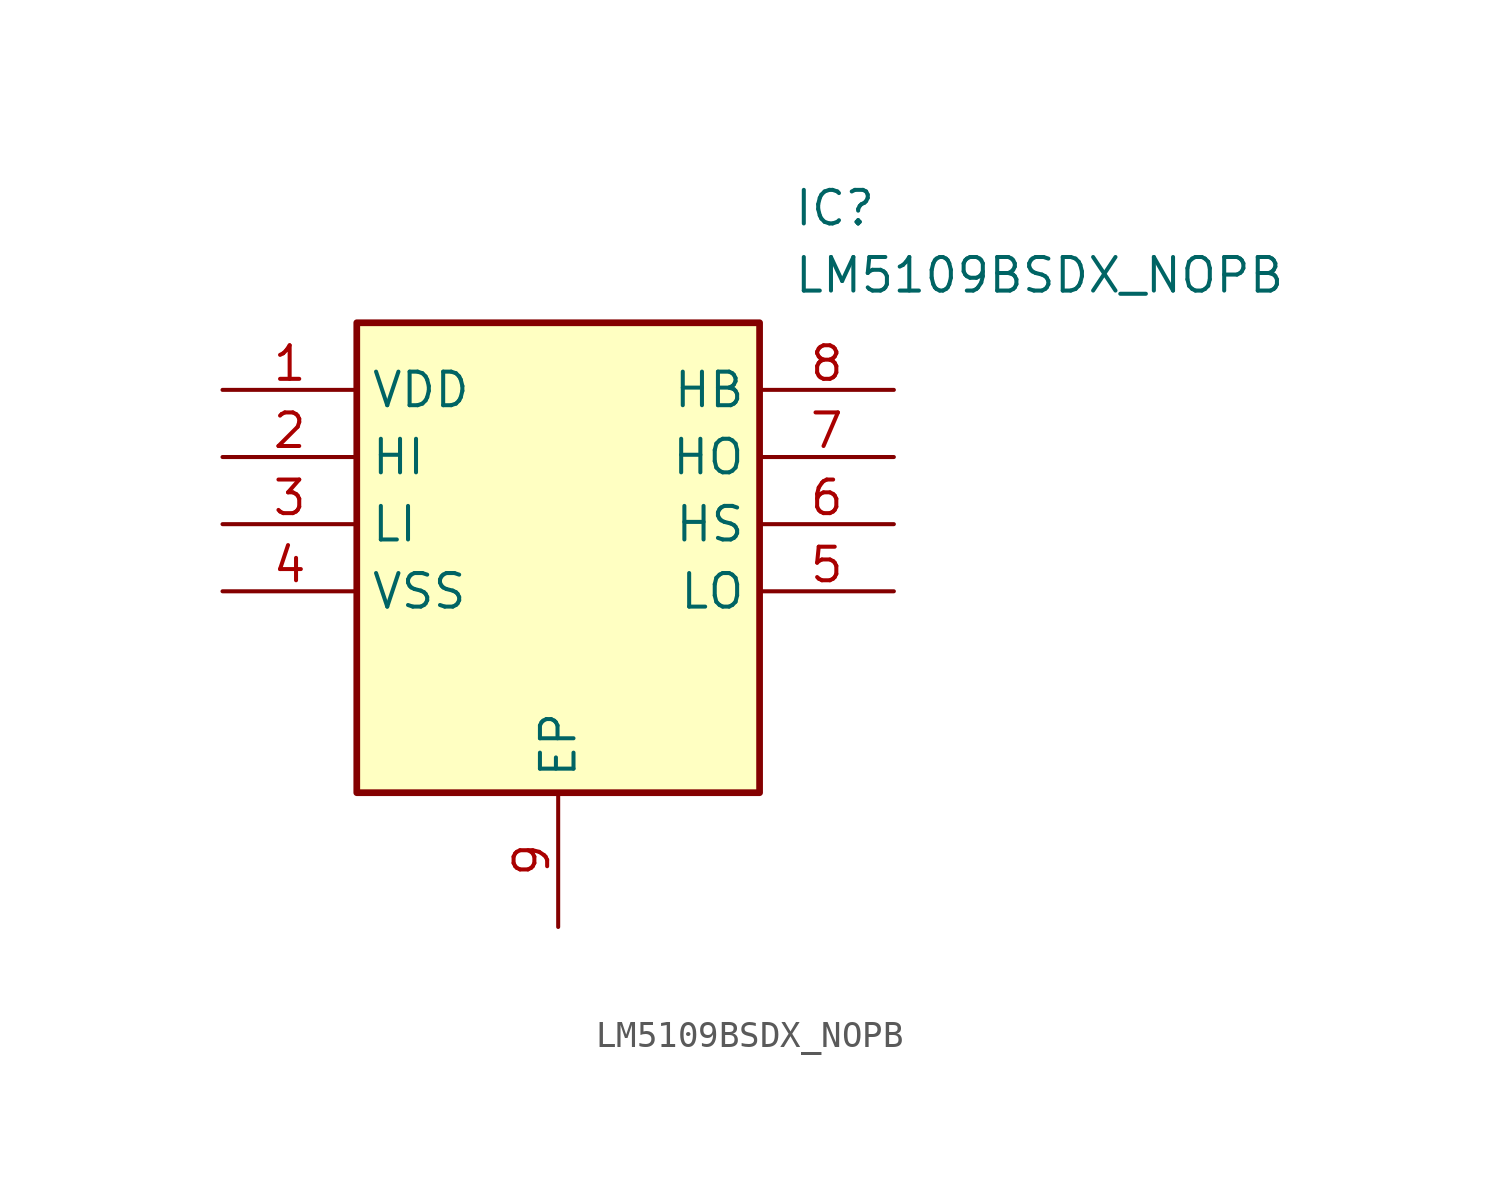
<source format=kicad_sym>
(kicad_symbol_lib
  (version 20211014)
  (generator SamacSys_ECAD_Model)
  (symbol "LM5109BSDX_NOPB"
    (property "Reference" "IC"
      (at 21.59 7.62 0)
      (effects (font (size 1.27 1.27)) (justify left top)))
    (property "Value" "LM5109BSDX_NOPB"
      (at 21.59 5.08 0)
      (effects (font (size 1.27 1.27)) (justify left top)))
    (rectangle
      (start 5.08 2.54)
      (end 20.32 -15.24)
      (stroke (width 0.254) (type default))
      (fill (type background)))
    (pin passive line
      (at 0 0 0)
      (length 5.08)
      (name "VDD" (effects (font (size 1.27 1.27))))
      (number "1" (effects (font (size 1.27 1.27)))))
    (pin passive line
      (at 0 -2.54 0)
      (length 5.08)
      (name "HI" (effects (font (size 1.27 1.27))))
      (number "2" (effects (font (size 1.27 1.27)))))
    (pin passive line
      (at 0 -5.08 0)
      (length 5.08)
      (name "LI" (effects (font (size 1.27 1.27))))
      (number "3" (effects (font (size 1.27 1.27)))))
    (pin passive line
      (at 0 -7.62 0)
      (length 5.08)
      (name "VSS" (effects (font (size 1.27 1.27))))
      (number "4" (effects (font (size 1.27 1.27)))))
    (pin passive line
      (at 12.7 -20.32 90)
      (length 5.08)
      (name "EP" (effects (font (size 1.27 1.27))))
      (number "9" (effects (font (size 1.27 1.27)))))
    (pin passive line
      (at 25.4 0 180)
      (length 5.08)
      (name "HB" (effects (font (size 1.27 1.27))))
      (number "8" (effects (font (size 1.27 1.27)))))
    (pin passive line
      (at 25.4 -2.54 180)
      (length 5.08)
      (name "HO" (effects (font (size 1.27 1.27))))
      (number "7" (effects (font (size 1.27 1.27)))))
    (pin passive line
      (at 25.4 -5.08 180)
      (length 5.08)
      (name "HS" (effects (font (size 1.27 1.27))))
      (number "6" (effects (font (size 1.27 1.27)))))
    (pin passive line
      (at 25.4 -7.62 180)
      (length 5.08)
      (name "LO" (effects (font (size 1.27 1.27))))
      (number "5" (effects (font (size 1.27 1.27)))))))
</source>
